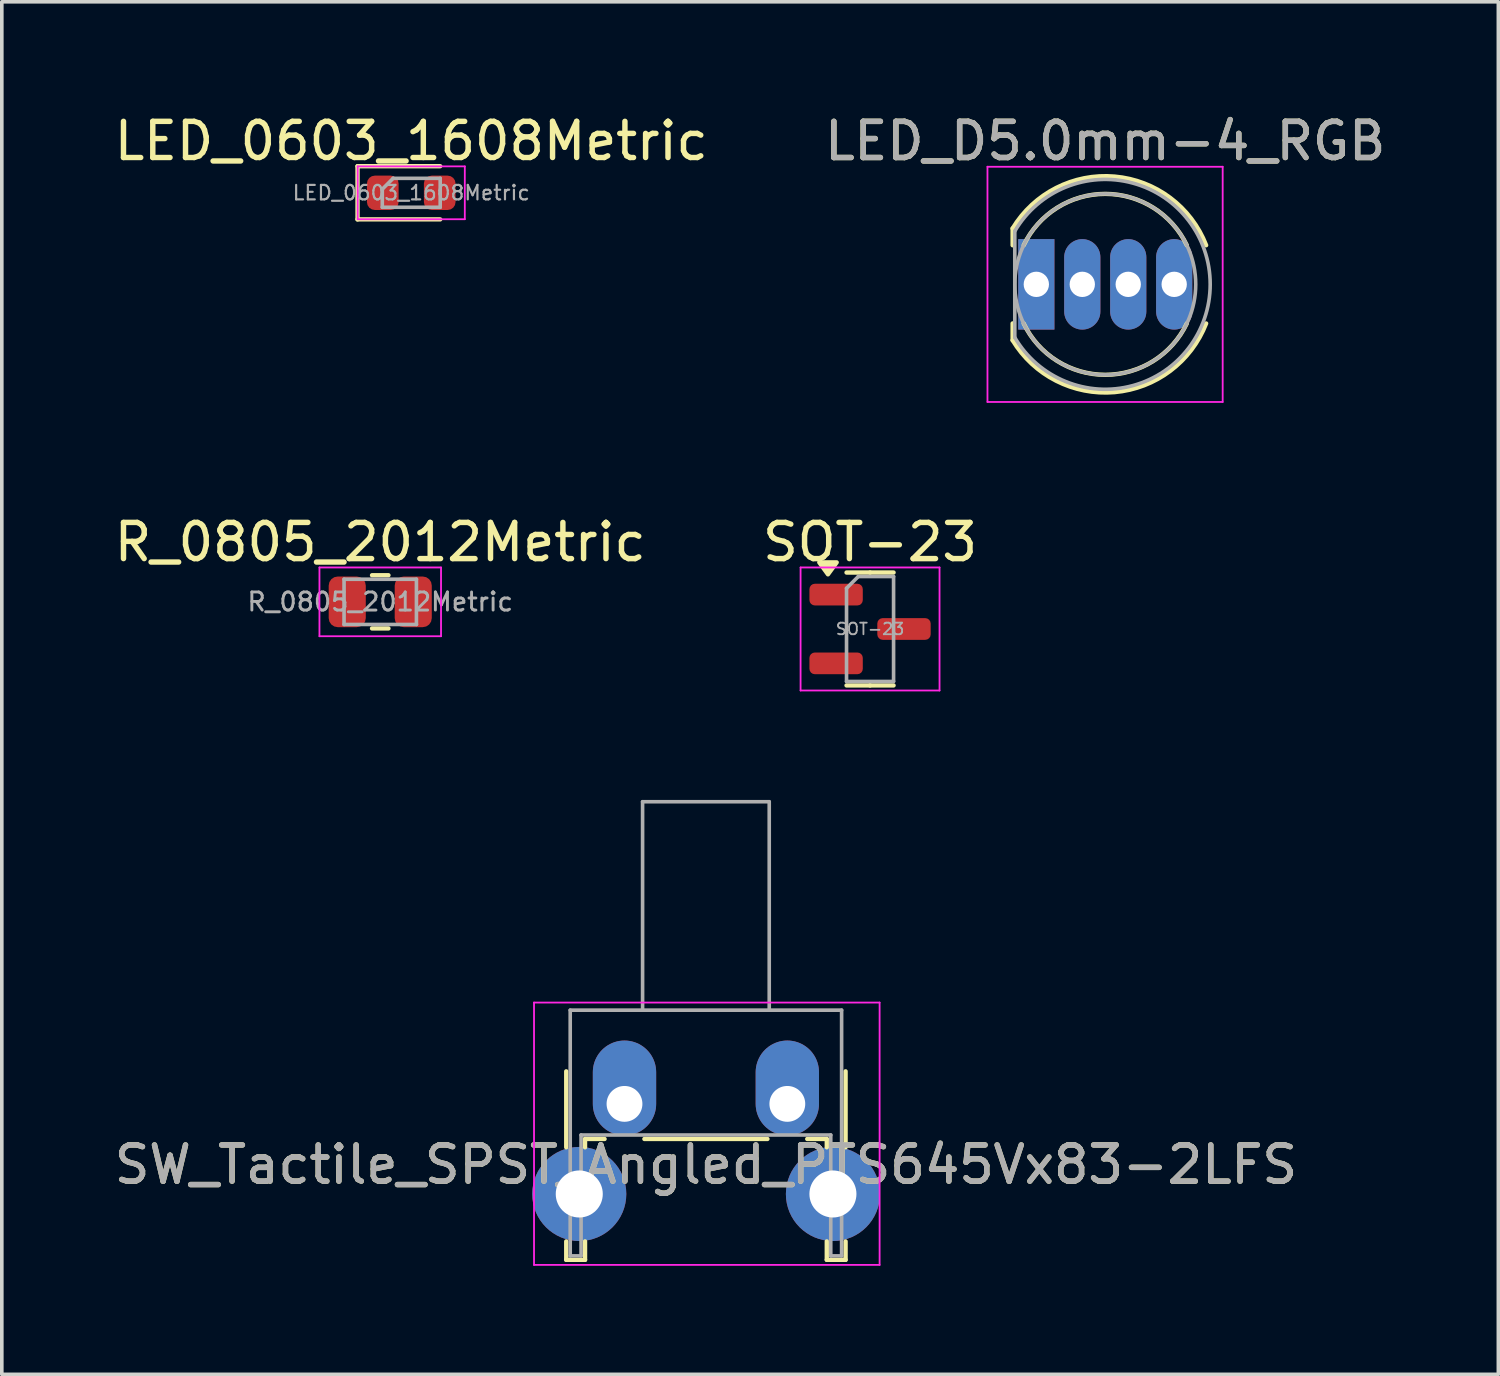
<source format=kicad_pcb>
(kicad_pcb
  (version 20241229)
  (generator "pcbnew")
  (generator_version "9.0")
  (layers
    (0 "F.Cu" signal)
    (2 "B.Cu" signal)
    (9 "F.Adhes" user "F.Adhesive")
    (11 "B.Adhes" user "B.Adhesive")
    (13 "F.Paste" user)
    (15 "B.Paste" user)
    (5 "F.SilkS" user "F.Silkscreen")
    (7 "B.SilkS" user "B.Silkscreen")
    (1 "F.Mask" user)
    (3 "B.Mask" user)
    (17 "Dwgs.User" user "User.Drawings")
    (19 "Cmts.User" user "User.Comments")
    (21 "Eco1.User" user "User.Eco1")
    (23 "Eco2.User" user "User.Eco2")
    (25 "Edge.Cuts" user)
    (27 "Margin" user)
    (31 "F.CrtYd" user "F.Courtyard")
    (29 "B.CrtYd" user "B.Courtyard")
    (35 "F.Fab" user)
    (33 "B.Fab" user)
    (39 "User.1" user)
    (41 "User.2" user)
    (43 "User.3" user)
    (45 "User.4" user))
  (footprint "SOT-23"
    (layer "F.Cu")
    (at 20.994 14.332)
    (property "Reference" "SOT-23" (at 0 -2.4 0) (layer "F.SilkS") (effects (font (size 1 1) (thickness 0.15))))
    (attr smd)
    (fp_line (start 0 -1.56) (end -0.65 -1.56) (stroke (width 0.12) (type solid)) (layer "F.SilkS"))
    (fp_line (start 0 -1.56) (end 0.65 -1.56) (stroke (width 0.12) (type solid)) (layer "F.SilkS"))
    (fp_line (start 0 1.56) (end -0.65 1.56) (stroke (width 0.12) (type solid)) (layer "F.SilkS"))
    (fp_line (start 0 1.56) (end 0.65 1.56) (stroke (width 0.12) (type solid)) (layer "F.SilkS"))
    (fp_poly (pts (xy -1.163 -1.51) (xy -1.403 -1.84) (xy -0.922 -1.84) (xy -1.163 -1.51)) (stroke (width 0.12) (type solid)) (fill yes) (layer "F.SilkS"))
    (fp_line (start -1.92 -1.7) (end -1.92 1.7) (stroke (width 0.05) (type solid)) (layer "F.CrtYd"))
    (fp_line (start -1.92 1.7) (end 1.92 1.7) (stroke (width 0.05) (type solid)) (layer "F.CrtYd"))
    (fp_line (start 1.92 -1.7) (end -1.92 -1.7) (stroke (width 0.05) (type solid)) (layer "F.CrtYd"))
    (fp_line (start 1.92 1.7) (end 1.92 -1.7) (stroke (width 0.05) (type solid)) (layer "F.CrtYd"))
    (fp_line (start -0.65 -1.125) (end -0.325 -1.45) (stroke (width 0.1) (type solid)) (layer "F.Fab"))
    (fp_line (start -0.65 1.45) (end -0.65 -1.125) (stroke (width 0.1) (type solid)) (layer "F.Fab"))
    (fp_line (start -0.325 -1.45) (end 0.65 -1.45) (stroke (width 0.1) (type solid)) (layer "F.Fab"))
    (fp_line (start 0.65 -1.45) (end 0.65 1.45) (stroke (width 0.1) (type solid)) (layer "F.Fab"))
    (fp_line (start 0.65 1.45) (end -0.65 1.45) (stroke (width 0.1) (type solid)) (layer "F.Fab"))
    (fp_text user "${REFERENCE}" (at 0 0 0) (layer "F.Fab") (effects (font (size 0.32 0.32) (thickness 0.05))))
    (pad "1" smd roundrect (at -0.938 -0.95) (size 1.475 0.6) (layers "F.Cu" "F.Mask" "F.Paste") (roundrect_rratio 0.25))
    (pad "2" smd roundrect (at -0.938 0.95) (size 1.475 0.6) (layers "F.Cu" "F.Mask" "F.Paste") (roundrect_rratio 0.25))
    (pad "3" smd roundrect (at 0.938 0) (size 1.475 0.6) (layers "F.Cu" "F.Mask" "F.Paste") (roundrect_rratio 0.25)))
  (footprint "LED_D5.0mm-4_RGB"
    (layer "F.Cu")
    (at 25.589 4.808)
    (property "Reference" "LED_D5.0mm-4_RGB" (at 1.905 -3.96 0) (layer "F.SilkS") (effects (font (size 1 1) (thickness 0.15))))
    (attr through_hole)
    (fp_line (start -0.655 -1.545) (end -0.655 -1.08) (stroke (width 0.12) (type solid)) (layer "F.SilkS"))
    (fp_line (start -0.655 1.08) (end -0.655 1.545) (stroke (width 0.12) (type solid)) (layer "F.SilkS"))
    (fp_arc (start -0.655 -1.54483) (mid 2.163456 -2.978809) (end 4.692815 -1.080827) (stroke (width 0.12) (type solid)) (layer "F.SilkS"))
    (fp_arc (start -0.349684 -1.08) (mid 1.904762 -2.5) (end 4.159479 -1.080429) (stroke (width 0.12) (type solid)) (layer "F.SilkS"))
    (fp_arc (start 4.159479 1.080429) (mid 1.904762 2.5) (end -0.349684 1.08) (stroke (width 0.12) (type solid)) (layer "F.SilkS"))
    (fp_arc (start 4.692815 1.080827) (mid 2.163456 2.978808) (end -0.655 1.54483) (stroke (width 0.12) (type solid)) (layer "F.SilkS"))
    (fp_line (start -1.35 -3.25) (end -1.35 3.25) (stroke (width 0.05) (type solid)) (layer "F.CrtYd"))
    (fp_line (start -1.35 3.25) (end 5.15 3.25) (stroke (width 0.05) (type solid)) (layer "F.CrtYd"))
    (fp_line (start 5.15 -3.25) (end -1.35 -3.25) (stroke (width 0.05) (type solid)) (layer "F.CrtYd"))
    (fp_line (start 5.15 3.25) (end 5.15 -3.25) (stroke (width 0.05) (type solid)) (layer "F.CrtYd"))
    (fp_line (start -0.595 -1.47) (end -0.595 1.47) (stroke (width 0.1) (type solid)) (layer "F.Fab"))
    (fp_arc (start -0.595 -1.469694) (mid 4.805 0.000016) (end -0.595016 1.469666) (stroke (width 0.1) (type solid)) (layer "F.Fab"))
    (fp_circle (center 1.905 0) (end 4.405 0) (stroke (width 0.1) (type solid)) (fill no) (layer "F.Fab"))
    (fp_text user "${REFERENCE}" (at 1.905 -3.96 0) (layer "F.Fab") (effects (font (size 1 1) (thickness 0.15))))
    (pad "1" thru_hole rect (at 0 0) (size 1 2.5) (drill 0.7) (layers "*.Cu" "*.Mask"))
    (pad "2" thru_hole oval (at 1.27 0) (size 1 2.5) (drill 0.7) (layers "*.Cu" "*.Mask"))
    (pad "3" thru_hole oval (at 2.54 0) (size 1 2.5) (drill 0.7) (layers "*.Cu" "*.Mask"))
    (pad "4" thru_hole oval (at 3.81 0) (size 1 2.5) (drill 0.7) (layers "*.Cu" "*.Mask")))
  (footprint "SW_Tactile_SPST_Angled_PTS645Vx83-2LFS"
    (layer "F.Cu")
    (at 14.208 27.456)
    (property "Reference" "SW_Tactile_SPST_Angled_PTS645Vx83-2LFS" (at 2.25 1.68 0) (layer "F.SilkS") (effects (font (size 1 1) (thickness 0.15))))
    (attr through_hole)
    (fp_line (start -1.61 -0.9) (end -1.61 1.2) (stroke (width 0.12) (type solid)) (layer "F.SilkS"))
    (fp_line (start -1.61 3.8) (end -1.61 4.31) (stroke (width 0.12) (type solid)) (layer "F.SilkS"))
    (fp_line (start -1.61 4.31) (end -1.09 4.31) (stroke (width 0.12) (type solid)) (layer "F.SilkS"))
    (fp_line (start -1.09 0.97) (end -1.09 1.2) (stroke (width 0.12) (type solid)) (layer "F.SilkS"))
    (fp_line (start -1.09 0.97) (end -0.55 0.97) (stroke (width 0.12) (type solid)) (layer "F.SilkS"))
    (fp_line (start -1.09 3.8) (end -1.09 4.31) (stroke (width 0.12) (type solid)) (layer "F.SilkS"))
    (fp_line (start 0.55 0.97) (end 3.95 0.97) (stroke (width 0.12) (type solid)) (layer "F.SilkS"))
    (fp_line (start 5.05 0.97) (end 5.59 0.97) (stroke (width 0.12) (type solid)) (layer "F.SilkS"))
    (fp_line (start 5.59 0.97) (end 5.59 1.2) (stroke (width 0.12) (type solid)) (layer "F.SilkS"))
    (fp_line (start 5.59 3.8) (end 5.59 4.31) (stroke (width 0.12) (type solid)) (layer "F.SilkS"))
    (fp_line (start 5.59 4.31) (end 6.11 4.31) (stroke (width 0.12) (type solid)) (layer "F.SilkS"))
    (fp_line (start 6.11 -0.9) (end 6.11 1.2) (stroke (width 0.12) (type solid)) (layer "F.SilkS"))
    (fp_line (start 6.11 3.8) (end 6.11 4.31) (stroke (width 0.12) (type solid)) (layer "F.SilkS"))
    (fp_line (start -2.5 -2.8) (end 7.05 -2.8) (stroke (width 0.05) (type solid)) (layer "F.CrtYd"))
    (fp_line (start -2.5 4.45) (end -2.5 -2.8) (stroke (width 0.05) (type solid)) (layer "F.CrtYd"))
    (fp_line (start 7.05 -2.8) (end 7.05 4.45) (stroke (width 0.05) (type solid)) (layer "F.CrtYd"))
    (fp_line (start 7.05 4.45) (end -2.5 4.45) (stroke (width 0.05) (type solid)) (layer "F.CrtYd"))
    (fp_line (start -1.5 -2.59) (end 6 -2.59) (stroke (width 0.1) (type solid)) (layer "F.Fab"))
    (fp_line (start -1.5 4.2) (end -1.5 -2.59) (stroke (width 0.1) (type solid)) (layer "F.Fab"))
    (fp_line (start -1.5 4.2) (end -1.2 4.2) (stroke (width 0.1) (type solid)) (layer "F.Fab"))
    (fp_line (start -1.2 0.86) (end 5.7 0.86) (stroke (width 0.1) (type solid)) (layer "F.Fab"))
    (fp_line (start -1.2 4.2) (end -1.2 0.86) (stroke (width 0.1) (type solid)) (layer "F.Fab"))
    (fp_line (start 0.5 -8.35) (end 0.5 -2.59) (stroke (width 0.1) (type solid)) (layer "F.Fab"))
    (fp_line (start 0.5 -8.35) (end 4 -8.35) (stroke (width 0.1) (type solid)) (layer "F.Fab"))
    (fp_line (start 4 -8.35) (end 4 -2.59) (stroke (width 0.1) (type solid)) (layer "F.Fab"))
    (fp_line (start 5.7 4.2) (end 5.7 0.86) (stroke (width 0.1) (type solid)) (layer "F.Fab"))
    (fp_line (start 5.7 4.2) (end 6 4.2) (stroke (width 0.1) (type solid)) (layer "F.Fab"))
    (fp_line (start 6 4.2) (end 6 -2.59) (stroke (width 0.1) (type solid)) (layer "F.Fab"))
    (fp_text user "${REFERENCE}" (at 2.25 1.68 0) (layer "F.Fab") (effects (font (size 1 1) (thickness 0.15))))
    (pad "" thru_hole circle (at -1.25 2.49) (size 2.6 2.6) (drill 1.3) (layers "*.Cu" "*.Mask"))
    (pad "" thru_hole circle (at 5.76 2.49) (size 2.6 2.6) (drill 1.3) (layers "*.Cu" "*.Mask"))
    (pad "1" thru_hole oval (at 0 0) (size 1.75 2.625) (drill 0.99 (offset 0 -0.438)) (layers "*.Cu" "*.Mask"))
    (pad "2" thru_hole oval (at 4.5 0) (size 1.75 2.625) (drill 0.99 (offset 0 -0.438)) (layers "*.Cu" "*.Mask")))
  (footprint "R_0805_2012Metric"
    (layer "F.Cu")
    (at 7.458 13.582)
    (property "Reference" "R_0805_2012Metric" (at 0 -1.65 0) (layer "F.SilkS") (effects (font (size 1 1) (thickness 0.15))))
    (attr smd)
    (fp_line (start -0.227 -0.735) (end 0.227 -0.735) (stroke (width 0.12) (type solid)) (layer "F.SilkS"))
    (fp_line (start -0.227 0.735) (end 0.227 0.735) (stroke (width 0.12) (type solid)) (layer "F.SilkS"))
    (fp_line (start -1.68 -0.95) (end 1.68 -0.95) (stroke (width 0.05) (type solid)) (layer "F.CrtYd"))
    (fp_line (start -1.68 0.95) (end -1.68 -0.95) (stroke (width 0.05) (type solid)) (layer "F.CrtYd"))
    (fp_line (start 1.68 -0.95) (end 1.68 0.95) (stroke (width 0.05) (type solid)) (layer "F.CrtYd"))
    (fp_line (start 1.68 0.95) (end -1.68 0.95) (stroke (width 0.05) (type solid)) (layer "F.CrtYd"))
    (fp_line (start -1 -0.625) (end 1 -0.625) (stroke (width 0.1) (type solid)) (layer "F.Fab"))
    (fp_line (start -1 0.625) (end -1 -0.625) (stroke (width 0.1) (type solid)) (layer "F.Fab"))
    (fp_line (start 1 -0.625) (end 1 0.625) (stroke (width 0.1) (type solid)) (layer "F.Fab"))
    (fp_line (start 1 0.625) (end -1 0.625) (stroke (width 0.1) (type solid)) (layer "F.Fab"))
    (fp_text user "${REFERENCE}" (at 0 0 0) (layer "F.Fab") (effects (font (size 0.5 0.5) (thickness 0.08))))
    (pad "1" smd roundrect (at -0.912 0) (size 1.025 1.4) (layers "F.Cu" "F.Mask" "F.Paste") (roundrect_rratio 0.244))
    (pad "2" smd roundrect (at 0.912 0) (size 1.025 1.4) (layers "F.Cu" "F.Mask" "F.Paste") (roundrect_rratio 0.244)))
  (footprint "LED_0603_1608Metric"
    (layer "F.Cu")
    (at 8.315 2.278)
    (property "Reference" "LED_0603_1608Metric" (at 0 -1.43 0) (layer "F.SilkS") (effects (font (size 1 1) (thickness 0.15))))
    (attr smd)
    (fp_line (start -1.485 -0.735) (end -1.485 0.735) (stroke (width 0.12) (type solid)) (layer "F.SilkS"))
    (fp_line (start -1.485 0.735) (end 0.8 0.735) (stroke (width 0.12) (type solid)) (layer "F.SilkS"))
    (fp_line (start 0.8 -0.735) (end -1.485 -0.735) (stroke (width 0.12) (type solid)) (layer "F.SilkS"))
    (fp_line (start -1.48 -0.73) (end 1.48 -0.73) (stroke (width 0.05) (type solid)) (layer "F.CrtYd"))
    (fp_line (start -1.48 0.73) (end -1.48 -0.73) (stroke (width 0.05) (type solid)) (layer "F.CrtYd"))
    (fp_line (start 1.48 -0.73) (end 1.48 0.73) (stroke (width 0.05) (type solid)) (layer "F.CrtYd"))
    (fp_line (start 1.48 0.73) (end -1.48 0.73) (stroke (width 0.05) (type solid)) (layer "F.CrtYd"))
    (fp_line (start -0.8 -0.1) (end -0.8 0.4) (stroke (width 0.1) (type solid)) (layer "F.Fab"))
    (fp_line (start -0.8 0.4) (end 0.8 0.4) (stroke (width 0.1) (type solid)) (layer "F.Fab"))
    (fp_line (start -0.5 -0.4) (end -0.8 -0.1) (stroke (width 0.1) (type solid)) (layer "F.Fab"))
    (fp_line (start 0.8 -0.4) (end -0.5 -0.4) (stroke (width 0.1) (type solid)) (layer "F.Fab"))
    (fp_line (start 0.8 0.4) (end 0.8 -0.4) (stroke (width 0.1) (type solid)) (layer "F.Fab"))
    (fp_text user "${REFERENCE}" (at 0 0 0) (layer "F.Fab") (effects (font (size 0.4 0.4) (thickness 0.06))))
    (pad "1" smd roundrect (at -0.787 0) (size 0.875 0.95) (layers "F.Cu" "F.Mask" "F.Paste") (roundrect_rratio 0.25))
    (pad "2" smd roundrect (at 0.787 0) (size 0.875 0.95) (layers "F.Cu" "F.Mask" "F.Paste") (roundrect_rratio 0.25)))
  (gr_rect
    (start -3 -3)
    (end 38.357 34.931)
    (stroke (width 0.1) (type default))
    (fill no)
    (layer "Edge.Cuts")))
</source>
